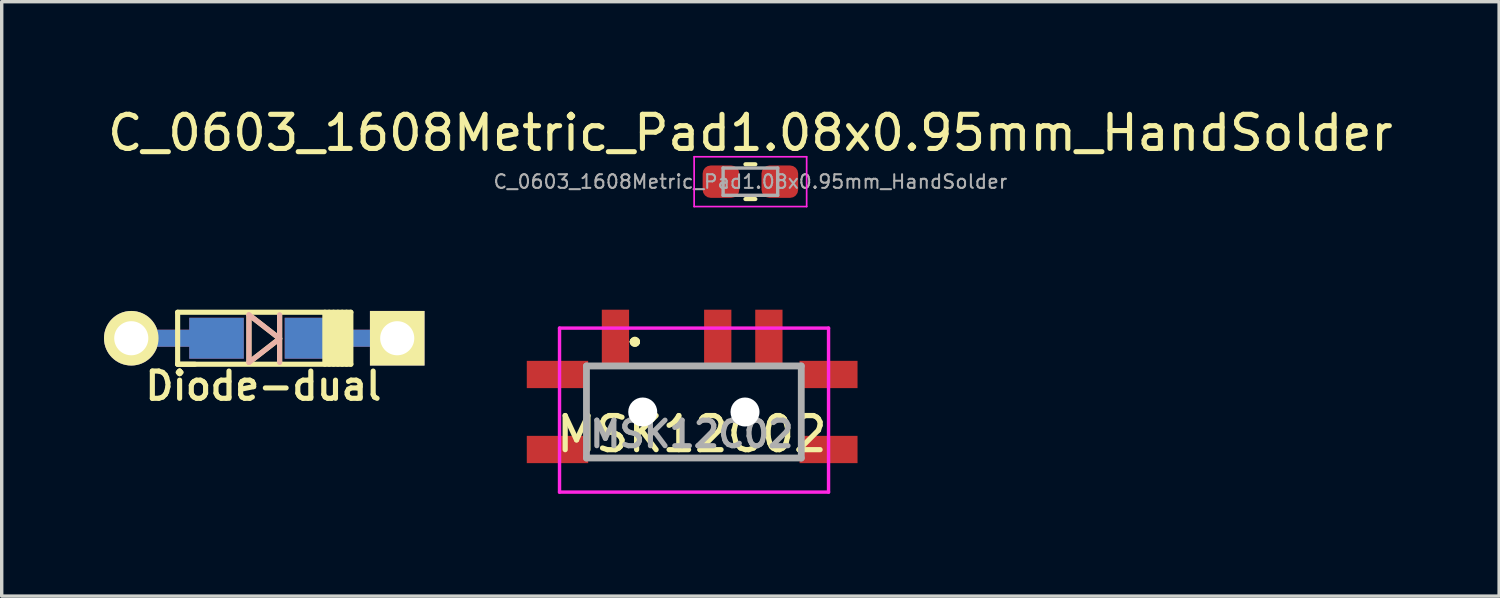
<source format=kicad_pcb>
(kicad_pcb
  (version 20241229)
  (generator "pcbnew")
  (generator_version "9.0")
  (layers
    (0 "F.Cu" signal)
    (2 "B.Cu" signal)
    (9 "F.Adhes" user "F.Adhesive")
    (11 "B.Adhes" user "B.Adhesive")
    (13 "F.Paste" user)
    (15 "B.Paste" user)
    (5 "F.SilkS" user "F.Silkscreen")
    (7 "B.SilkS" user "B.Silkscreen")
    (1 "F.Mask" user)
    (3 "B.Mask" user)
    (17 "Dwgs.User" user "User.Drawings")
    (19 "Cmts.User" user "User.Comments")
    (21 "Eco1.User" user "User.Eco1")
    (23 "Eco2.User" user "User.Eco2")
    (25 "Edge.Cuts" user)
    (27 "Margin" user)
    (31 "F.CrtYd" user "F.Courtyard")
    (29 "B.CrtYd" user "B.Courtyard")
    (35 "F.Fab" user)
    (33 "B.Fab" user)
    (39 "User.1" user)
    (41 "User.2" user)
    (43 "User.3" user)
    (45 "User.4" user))
  (footprint "MSK12C02"
    (layer "F.Cu")
    (at 17.3 9.033)
    (property "Reference" "MSK12C02" (at -0.06 0.65 0) (unlocked yes) (layer "F.SilkS") (effects (font (size 1 1) (thickness 0.153))))
    (attr smd)
    (fp_line (start -3.15 -0.25) (end -3.15 -0.25) (stroke (width 0.1) (type solid)) (layer "F.SilkS"))
    (fp_line (start -3.15 -0.25) (end -3.15 0.25) (stroke (width 0.1) (type solid)) (layer "F.SilkS"))
    (fp_line (start -3.15 0.25) (end -3.15 -0.25) (stroke (width 0.1) (type solid)) (layer "F.SilkS"))
    (fp_line (start -3.15 0.25) (end -3.15 0.25) (stroke (width 0.1) (type solid)) (layer "F.SilkS"))
    (fp_line (start -2.5 1.35) (end -2.5 1.35) (stroke (width 0.1) (type solid)) (layer "F.SilkS"))
    (fp_line (start -2.5 1.35) (end 2.5 1.35) (stroke (width 0.1) (type solid)) (layer "F.SilkS"))
    (fp_line (start -1.78 -2.06) (end -1.78 -2.06) (stroke (width 0.2) (type solid)) (layer "F.SilkS"))
    (fp_line (start -1.78 -2.06) (end -1.78 -2.06) (stroke (width 0.2) (type solid)) (layer "F.SilkS"))
    (fp_line (start -1.68 -2.06) (end -1.68 -2.06) (stroke (width 0.2) (type solid)) (layer "F.SilkS"))
    (fp_line (start -1.25 -1.35) (end -1.25 -1.35) (stroke (width 0.1) (type solid)) (layer "F.SilkS"))
    (fp_line (start -1.25 -1.35) (end -0.25 -1.35) (stroke (width 0.1) (type solid)) (layer "F.SilkS"))
    (fp_line (start -0.25 -1.35) (end -1.25 -1.35) (stroke (width 0.1) (type solid)) (layer "F.SilkS"))
    (fp_line (start -0.25 -1.35) (end -0.25 -1.35) (stroke (width 0.1) (type solid)) (layer "F.SilkS"))
    (fp_line (start 2.5 1.35) (end -2.5 1.35) (stroke (width 0.1) (type solid)) (layer "F.SilkS"))
    (fp_line (start 2.5 1.35) (end 2.5 1.35) (stroke (width 0.1) (type solid)) (layer "F.SilkS"))
    (fp_line (start 3.15 -0.25) (end 3.15 -0.25) (stroke (width 0.1) (type solid)) (layer "F.SilkS"))
    (fp_line (start 3.15 -0.25) (end 3.15 0.25) (stroke (width 0.1) (type solid)) (layer "F.SilkS"))
    (fp_line (start 3.15 0.25) (end 3.15 -0.25) (stroke (width 0.1) (type solid)) (layer "F.SilkS"))
    (fp_line (start 3.15 0.25) (end 3.15 0.25) (stroke (width 0.1) (type solid)) (layer "F.SilkS"))
    (fp_arc (start -1.78 -2.06) (mid -1.73 -2.11) (end -1.68 -2.06) (stroke (width 0.2) (type solid)) (layer "F.SilkS"))
    (fp_arc (start -1.68 -2.06) (mid -1.73 -2.01) (end -1.78 -2.06) (stroke (width 0.2) (type solid)) (layer "F.SilkS"))
    (fp_arc (start -1.68 -2.06) (mid -1.73 -2.01) (end -1.78 -2.06) (stroke (width 0.2) (type solid)) (layer "F.SilkS"))
    (fp_line (start -3.94 -2.46) (end 3.95 -2.46) (stroke (width 0.1) (type solid)) (layer "F.CrtYd"))
    (fp_line (start -3.94 2.35) (end -3.94 -2.46) (stroke (width 0.1) (type solid)) (layer "F.CrtYd"))
    (fp_line (start 3.95 -2.46) (end 3.95 2.35) (stroke (width 0.1) (type solid)) (layer "F.CrtYd"))
    (fp_line (start 3.95 2.35) (end -3.94 2.35) (stroke (width 0.1) (type solid)) (layer "F.CrtYd"))
    (fp_line (start -3.15 -1.35) (end -3.15 1.35) (stroke (width 0.2) (type solid)) (layer "F.Fab"))
    (fp_line (start -3.15 1.35) (end 3.15 1.35) (stroke (width 0.2) (type solid)) (layer "F.Fab"))
    (fp_line (start 3.15 -1.35) (end -3.15 -1.35) (stroke (width 0.2) (type solid)) (layer "F.Fab"))
    (fp_line (start 3.15 1.35) (end 3.15 -1.35) (stroke (width 0.2) (type solid)) (layer "F.Fab"))
    (fp_text user "${REFERENCE}" (at -0.06 0.65 0) (layer "F.Fab") (effects (font (size 0.75 0.75) (thickness 0.15))))
    (pad "" np_thru_hole circle (at -1.5 0 180) (size 0.85 0.85) (drill 0.85) (layers "*.Cu" "*.Mask"))
    (pad "" np_thru_hole circle (at 1.5 0 180) (size 0.85 0.85) (drill 0.85) (layers "*.Cu" "*.Mask"))
    (pad "COM" smd rect (at 0.7 -2.2 180) (size 0.8 1.6) (layers "F.Cu" "F.Mask" "F.Paste"))
    (pad "MP" smd rect (at -4 -1.1 270) (size 0.8 1.8) (layers "F.Cu" "F.Mask" "F.Paste"))
    (pad "MP" smd rect (at -4 1.1 270) (size 0.8 1.8) (layers "F.Cu" "F.Mask" "F.Paste"))
    (pad "MP" smd rect (at 3.95 -1.1 270) (size 0.8 1.7) (layers "F.Cu" "F.Mask" "F.Paste"))
    (pad "MP" smd rect (at 3.95 1.1 270) (size 0.8 1.7) (layers "F.Cu" "F.Mask" "F.Paste"))
    (pad "NC" smd rect (at -2.3 -2.2 180) (size 0.8 1.6) (layers "F.Cu" "F.Mask" "F.Paste"))
    (pad "NO" smd rect (at 2.2 -2.2 180) (size 0.8 1.6) (layers "F.Cu" "F.Mask" "F.Paste")))
  (footprint "C_0603_1608Metric_Pad1.08x0.95mm_HandSolder"
    (layer "F.Cu")
    (at 18.958 2.278)
    (property "Reference" "C_0603_1608Metric_Pad1.08x0.95mm_HandSolder" (at 0 -1.43 0) (layer "F.SilkS") (effects (font (size 1 1) (thickness 0.15))))
    (attr smd)
    (fp_line (start -0.146 -0.51) (end 0.146 -0.51) (stroke (width 0.12) (type solid)) (layer "F.SilkS"))
    (fp_line (start -0.146 0.51) (end 0.146 0.51) (stroke (width 0.12) (type solid)) (layer "F.SilkS"))
    (fp_line (start -1.65 -0.73) (end 1.65 -0.73) (stroke (width 0.05) (type solid)) (layer "F.CrtYd"))
    (fp_line (start -1.65 0.73) (end -1.65 -0.73) (stroke (width 0.05) (type solid)) (layer "F.CrtYd"))
    (fp_line (start 1.65 -0.73) (end 1.65 0.73) (stroke (width 0.05) (type solid)) (layer "F.CrtYd"))
    (fp_line (start 1.65 0.73) (end -1.65 0.73) (stroke (width 0.05) (type solid)) (layer "F.CrtYd"))
    (fp_line (start -0.8 -0.4) (end 0.8 -0.4) (stroke (width 0.1) (type solid)) (layer "F.Fab"))
    (fp_line (start -0.8 0.4) (end -0.8 -0.4) (stroke (width 0.1) (type solid)) (layer "F.Fab"))
    (fp_line (start 0.8 -0.4) (end 0.8 0.4) (stroke (width 0.1) (type solid)) (layer "F.Fab"))
    (fp_line (start 0.8 0.4) (end -0.8 0.4) (stroke (width 0.1) (type solid)) (layer "F.Fab"))
    (fp_text user "${REFERENCE}" (at 0 0 0) (layer "F.Fab") (effects (font (size 0.4 0.4) (thickness 0.06))))
    (pad "1" smd roundrect (at -0.863 0 180) (size 1.075 0.95) (layers "F.Cu" "F.Mask" "F.Paste") (roundrect_rratio 0.25))
    (pad "2" smd roundrect (at 0.863 0 180) (size 1.075 0.95) (layers "F.Cu" "F.Mask" "F.Paste") (roundrect_rratio 0.25)))
  (footprint "Diode-dual"
    (layer "F.Cu")
    (at 4.7 6.87)
    (property "Reference" "Diode-dual" (at -0.025 1.4 180) (layer "F.SilkS") (effects (font (size 0.8 0.8) (thickness 0.15))))
    (attr smd)
    (fp_line (start -2.54 -0.762) (end -2.54 0.762) (stroke (width 0.15) (type solid)) (layer "F.SilkS"))
    (fp_line (start -2.54 0.762) (end -2.032 0.762) (stroke (width 0.15) (type solid)) (layer "F.SilkS"))
    (fp_line (start -2.54 0.762) (end 2.54 0.762) (stroke (width 0.15) (type solid)) (layer "F.SilkS"))
    (fp_line (start -0.449 -0.689) (end 0.451 0.011) (stroke (width 0.15) (type solid)) (layer "F.SilkS"))
    (fp_line (start -0.449 0.711) (end -0.449 -0.689) (stroke (width 0.15) (type solid)) (layer "F.SilkS"))
    (fp_line (start 0.451 0.011) (end -0.449 0.711) (stroke (width 0.15) (type solid)) (layer "F.SilkS"))
    (fp_line (start 0.451 0.711) (end 0.451 -0.689) (stroke (width 0.15) (type solid)) (layer "F.SilkS"))
    (fp_line (start 1.778 0.762) (end 1.778 -0.762) (stroke (width 0.15) (type solid)) (layer "F.SilkS"))
    (fp_line (start 1.905 0.762) (end 1.905 -0.762) (stroke (width 0.15) (type solid)) (layer "F.SilkS"))
    (fp_line (start 2.032 -0.762) (end 2.032 0.762) (stroke (width 0.15) (type solid)) (layer "F.SilkS"))
    (fp_line (start 2.159 0.762) (end 2.159 -0.762) (stroke (width 0.15) (type solid)) (layer "F.SilkS"))
    (fp_line (start 2.286 -0.762) (end 2.286 0.762) (stroke (width 0.15) (type solid)) (layer "F.SilkS"))
    (fp_line (start 2.413 0.762) (end 2.413 -0.762) (stroke (width 0.15) (type solid)) (layer "F.SilkS"))
    (fp_line (start 2.54 -0.762) (end -2.54 -0.762) (stroke (width 0.15) (type solid)) (layer "F.SilkS"))
    (fp_line (start 2.54 0.762) (end 2.54 -0.762) (stroke (width 0.15) (type solid)) (layer "F.SilkS"))
    (fp_line (start -0.449 -0.689) (end 0.451 0.011) (stroke (width 0.15) (type solid)) (layer "B.SilkS"))
    (fp_line (start -0.449 0.711) (end -0.449 -0.689) (stroke (width 0.15) (type solid)) (layer "B.SilkS"))
    (fp_line (start 0.451 0.011) (end -0.449 0.711) (stroke (width 0.15) (type solid)) (layer "B.SilkS"))
    (fp_line (start 0.451 0.711) (end 0.451 -0.689) (stroke (width 0.15) (type solid)) (layer "B.SilkS"))
    (pad "1" thru_hole circle (at -3.9 0) (size 1.6 1.6) (drill 1) (layers "*.Cu" "*.Mask" "F.SilkS"))
    (pad "1" smd rect (at -2.5 0) (size 2.9 0.5) (layers "F.Cu"))
    (pad "1" smd rect (at -2.5 0) (size 2.9 0.5) (layers "B.Cu"))
    (pad "1" smd rect (at -1.4 0) (size 1.6 1.2) (layers "F.Cu" "F.Mask" "F.Paste"))
    (pad "1" smd rect (at -1.4 0) (size 1.6 1.2) (layers "B.Cu" "B.Mask" "B.Paste"))
    (pad "2" smd rect (at 1.4 0) (size 1.6 1.2) (layers "F.Cu" "F.Mask" "F.Paste"))
    (pad "2" smd rect (at 1.4 0) (size 1.6 1.2) (layers "B.Cu" "B.Mask" "B.Paste"))
    (pad "2" smd rect (at 2.5 0) (size 2.9 0.5) (layers "F.Cu"))
    (pad "2" smd rect (at 2.5 0) (size 2.9 0.5) (layers "B.Cu"))
    (pad "2" thru_hole rect (at 3.9 0) (size 1.6 1.6) (drill 1) (layers "*.Cu" "*.Mask" "F.SilkS")))
  (gr_rect
    (start -3 -3)
    (end 40.917 14.433)
    (stroke (width 0.1) (type default))
    (fill no)
    (layer "Edge.Cuts")))
</source>
